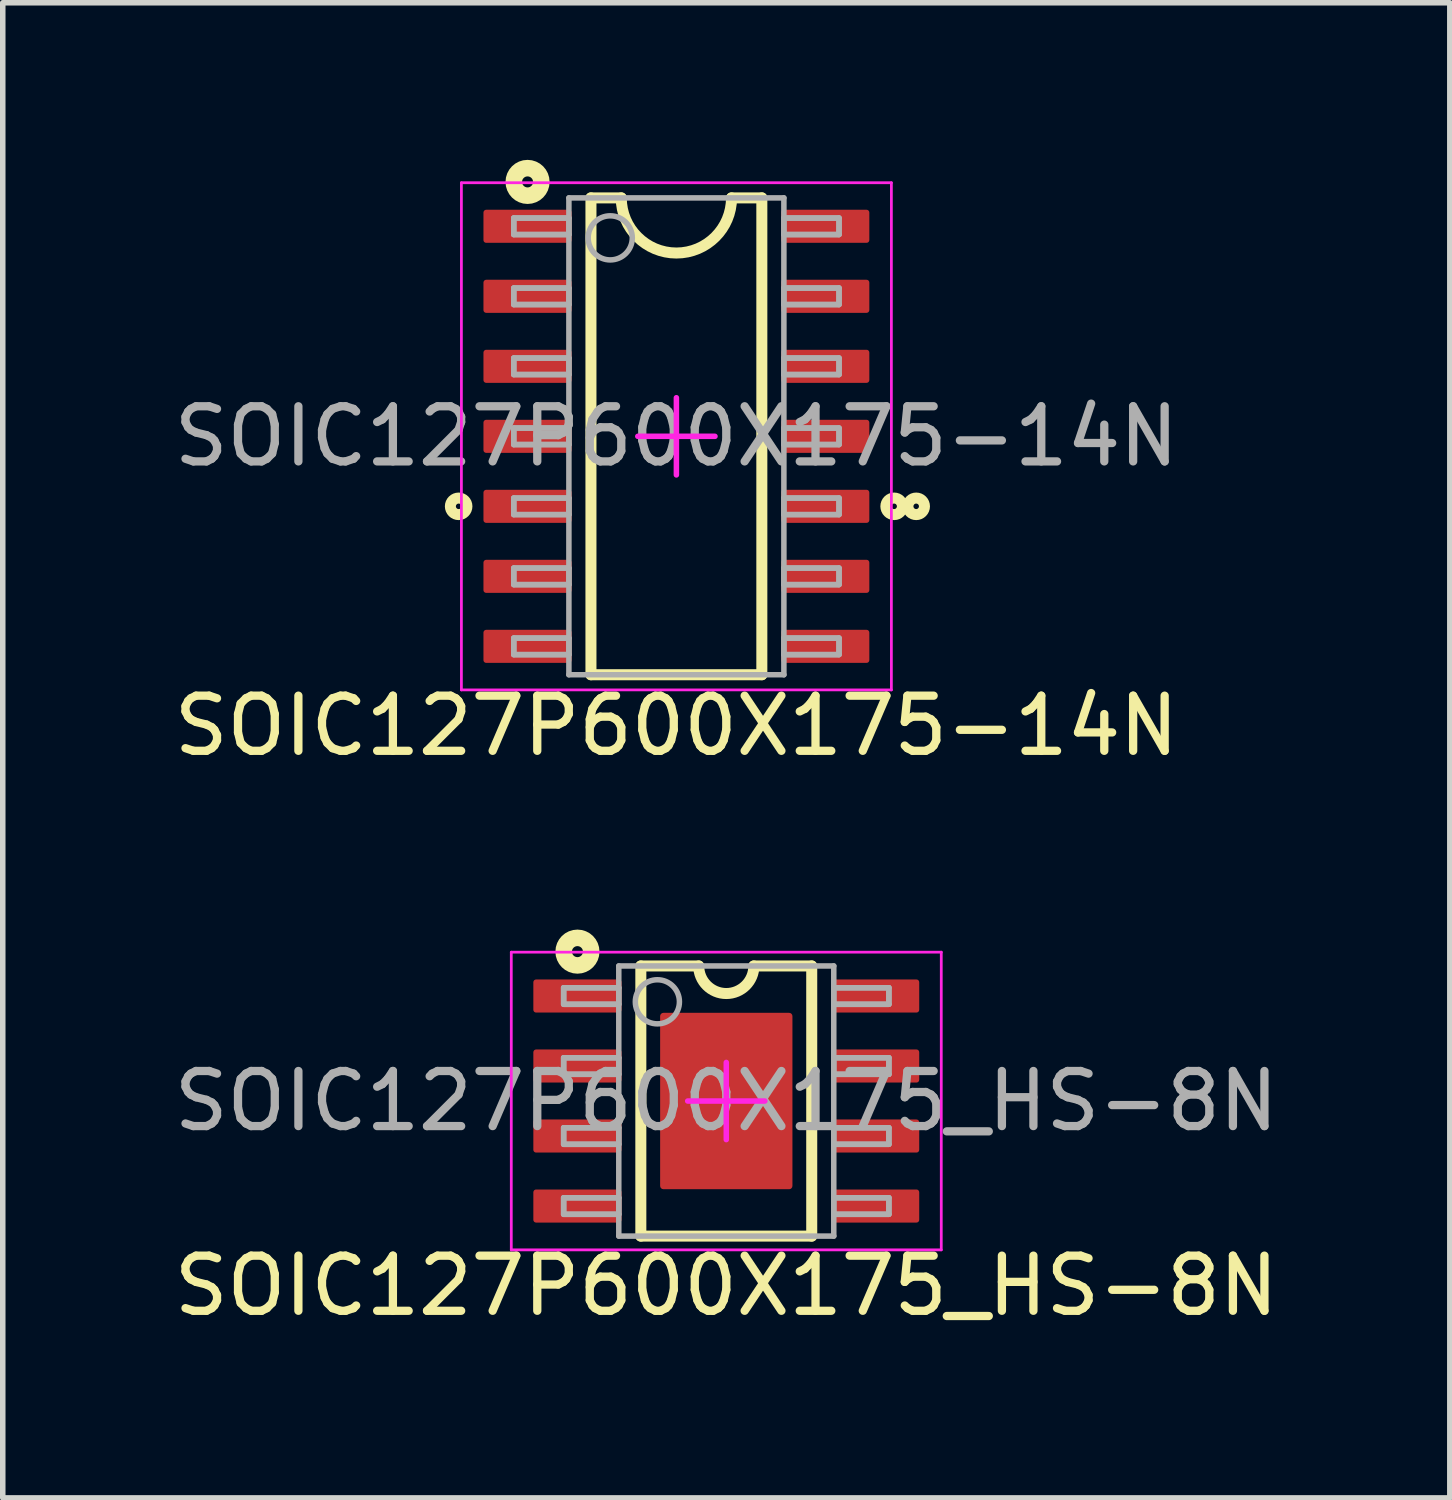
<source format=kicad_pcb>
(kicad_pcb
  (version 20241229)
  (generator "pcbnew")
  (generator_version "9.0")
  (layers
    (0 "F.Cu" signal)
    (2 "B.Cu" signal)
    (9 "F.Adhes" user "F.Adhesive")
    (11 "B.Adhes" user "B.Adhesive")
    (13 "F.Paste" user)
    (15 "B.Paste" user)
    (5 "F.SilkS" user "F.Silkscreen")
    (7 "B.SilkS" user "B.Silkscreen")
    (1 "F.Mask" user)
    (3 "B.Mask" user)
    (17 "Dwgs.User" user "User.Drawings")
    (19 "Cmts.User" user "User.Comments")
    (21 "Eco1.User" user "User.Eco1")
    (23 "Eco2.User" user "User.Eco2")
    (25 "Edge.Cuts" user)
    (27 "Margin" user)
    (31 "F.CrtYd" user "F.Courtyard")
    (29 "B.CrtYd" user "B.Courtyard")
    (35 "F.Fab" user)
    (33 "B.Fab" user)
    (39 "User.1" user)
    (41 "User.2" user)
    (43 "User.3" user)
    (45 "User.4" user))
  (footprint "SOIC127P600X175-14N"
    (layer "F.Cu")
    (at 9.22 4.865)
    (property "Reference" "SOIC127P600X175-14N" (at 0 5.25 0) (layer "F.SilkS") (effects (font (size 1 1) (thickness 0.15))))
    (attr smd)
    (fp_line (start -1.55 -4.325) (end -1.55 4.325) (stroke (width 0.2) (type solid)) (layer "F.SilkS"))
    (fp_line (start -1.55 4.325) (end 1.55 4.325) (stroke (width 0.2) (type solid)) (layer "F.SilkS"))
    (fp_line (start -1 -4.325) (end -1.55 -4.325) (stroke (width 0.2) (type solid)) (layer "F.SilkS"))
    (fp_line (start 1.55 -4.325) (end 1 -4.325) (stroke (width 0.2) (type solid)) (layer "F.SilkS"))
    (fp_line (start 1.55 4.325) (end 1.55 -4.325) (stroke (width 0.2) (type solid)) (layer "F.SilkS"))
    (fp_arc (start 1 -4.325) (mid 0 -3.325) (end -1 -4.325) (stroke (width 0.2) (type solid)) (layer "F.SilkS"))
    (fp_circle (center -3.95 1.27) (end -3.95 1.32) (stroke (width 0.2) (type solid)) (fill no) (layer "F.SilkS"))
    (fp_circle (center -2.7 -4.615) (end -2.7 -4.515) (stroke (width 0.3) (type solid)) (fill no) (layer "F.SilkS"))
    (fp_circle (center 3.95 1.27) (end 3.95 1.22) (stroke (width 0.2) (type solid)) (fill no) (layer "F.SilkS"))
    (fp_circle (center 4.35 1.27) (end 4.35 1.22) (stroke (width 0.2) (type solid)) (fill no) (layer "F.SilkS"))
    (fp_line (start -3.9 -4.6) (end 3.9 -4.6) (stroke (width 0.05) (type solid)) (layer "F.CrtYd"))
    (fp_line (start -3.9 4.6) (end -3.9 -4.6) (stroke (width 0.05) (type solid)) (layer "F.CrtYd"))
    (fp_line (start 0 0.7) (end 0 -0.7) (stroke (width 0.1) (type solid)) (layer "F.CrtYd"))
    (fp_line (start 0.7 0) (end -0.7 0) (stroke (width 0.1) (type solid)) (layer "F.CrtYd"))
    (fp_line (start 3.9 -4.6) (end 3.9 4.6) (stroke (width 0.05) (type solid)) (layer "F.CrtYd"))
    (fp_line (start 3.9 4.6) (end -3.9 4.6) (stroke (width 0.05) (type solid)) (layer "F.CrtYd"))
    (fp_line (start -2.95 -3.96) (end -2.95 -3.66) (stroke (width 0.1) (type solid)) (layer "F.Fab"))
    (fp_line (start -2.95 -3.66) (end -1.95 -3.66) (stroke (width 0.1) (type solid)) (layer "F.Fab"))
    (fp_line (start -2.95 -2.69) (end -2.95 -2.39) (stroke (width 0.1) (type solid)) (layer "F.Fab"))
    (fp_line (start -2.95 -2.39) (end -1.95 -2.39) (stroke (width 0.1) (type solid)) (layer "F.Fab"))
    (fp_line (start -2.95 -1.42) (end -2.95 -1.12) (stroke (width 0.1) (type solid)) (layer "F.Fab"))
    (fp_line (start -2.95 -1.12) (end -1.95 -1.12) (stroke (width 0.1) (type solid)) (layer "F.Fab"))
    (fp_line (start -2.95 -0.15) (end -2.95 0.15) (stroke (width 0.1) (type solid)) (layer "F.Fab"))
    (fp_line (start -2.95 0.15) (end -1.95 0.15) (stroke (width 0.1) (type solid)) (layer "F.Fab"))
    (fp_line (start -2.95 1.12) (end -2.95 1.42) (stroke (width 0.1) (type solid)) (layer "F.Fab"))
    (fp_line (start -2.95 1.42) (end -1.95 1.42) (stroke (width 0.1) (type solid)) (layer "F.Fab"))
    (fp_line (start -2.95 2.39) (end -2.95 2.69) (stroke (width 0.1) (type solid)) (layer "F.Fab"))
    (fp_line (start -2.95 2.69) (end -1.95 2.69) (stroke (width 0.1) (type solid)) (layer "F.Fab"))
    (fp_line (start -2.95 3.66) (end -2.95 3.96) (stroke (width 0.1) (type solid)) (layer "F.Fab"))
    (fp_line (start -2.95 3.96) (end -1.95 3.96) (stroke (width 0.1) (type solid)) (layer "F.Fab"))
    (fp_line (start -1.95 -4.325) (end 1.95 -4.325) (stroke (width 0.1) (type solid)) (layer "F.Fab"))
    (fp_line (start -1.95 -3.96) (end -2.95 -3.96) (stroke (width 0.1) (type solid)) (layer "F.Fab"))
    (fp_line (start -1.95 -2.69) (end -2.95 -2.69) (stroke (width 0.1) (type solid)) (layer "F.Fab"))
    (fp_line (start -1.95 -1.42) (end -2.95 -1.42) (stroke (width 0.1) (type solid)) (layer "F.Fab"))
    (fp_line (start -1.95 -0.15) (end -2.95 -0.15) (stroke (width 0.1) (type solid)) (layer "F.Fab"))
    (fp_line (start -1.95 1.12) (end -2.95 1.12) (stroke (width 0.1) (type solid)) (layer "F.Fab"))
    (fp_line (start -1.95 2.39) (end -2.95 2.39) (stroke (width 0.1) (type solid)) (layer "F.Fab"))
    (fp_line (start -1.95 3.66) (end -2.95 3.66) (stroke (width 0.1) (type solid)) (layer "F.Fab"))
    (fp_line (start -1.95 4.325) (end -1.95 -4.325) (stroke (width 0.1) (type solid)) (layer "F.Fab"))
    (fp_line (start 1.95 -4.325) (end 1.95 4.325) (stroke (width 0.1) (type solid)) (layer "F.Fab"))
    (fp_line (start 1.95 -3.66) (end 2.95 -3.66) (stroke (width 0.1) (type solid)) (layer "F.Fab"))
    (fp_line (start 1.95 -2.39) (end 2.95 -2.39) (stroke (width 0.1) (type solid)) (layer "F.Fab"))
    (fp_line (start 1.95 -1.12) (end 2.95 -1.12) (stroke (width 0.1) (type solid)) (layer "F.Fab"))
    (fp_line (start 1.95 0.15) (end 2.95 0.15) (stroke (width 0.1) (type solid)) (layer "F.Fab"))
    (fp_line (start 1.95 1.42) (end 2.95 1.42) (stroke (width 0.1) (type solid)) (layer "F.Fab"))
    (fp_line (start 1.95 2.69) (end 2.95 2.69) (stroke (width 0.1) (type solid)) (layer "F.Fab"))
    (fp_line (start 1.95 3.96) (end 2.95 3.96) (stroke (width 0.1) (type solid)) (layer "F.Fab"))
    (fp_line (start 1.95 4.325) (end -1.95 4.325) (stroke (width 0.1) (type solid)) (layer "F.Fab"))
    (fp_line (start 2.95 -3.96) (end 1.95 -3.96) (stroke (width 0.1) (type solid)) (layer "F.Fab"))
    (fp_line (start 2.95 -3.66) (end 2.95 -3.96) (stroke (width 0.1) (type solid)) (layer "F.Fab"))
    (fp_line (start 2.95 -2.69) (end 1.95 -2.69) (stroke (width 0.1) (type solid)) (layer "F.Fab"))
    (fp_line (start 2.95 -2.39) (end 2.95 -2.69) (stroke (width 0.1) (type solid)) (layer "F.Fab"))
    (fp_line (start 2.95 -1.42) (end 1.95 -1.42) (stroke (width 0.1) (type solid)) (layer "F.Fab"))
    (fp_line (start 2.95 -1.12) (end 2.95 -1.42) (stroke (width 0.1) (type solid)) (layer "F.Fab"))
    (fp_line (start 2.95 -0.15) (end 1.95 -0.15) (stroke (width 0.1) (type solid)) (layer "F.Fab"))
    (fp_line (start 2.95 0.15) (end 2.95 -0.15) (stroke (width 0.1) (type solid)) (layer "F.Fab"))
    (fp_line (start 2.95 1.12) (end 1.95 1.12) (stroke (width 0.1) (type solid)) (layer "F.Fab"))
    (fp_line (start 2.95 1.42) (end 2.95 1.12) (stroke (width 0.1) (type solid)) (layer "F.Fab"))
    (fp_line (start 2.95 2.39) (end 1.95 2.39) (stroke (width 0.1) (type solid)) (layer "F.Fab"))
    (fp_line (start 2.95 2.69) (end 2.95 2.39) (stroke (width 0.1) (type solid)) (layer "F.Fab"))
    (fp_line (start 2.95 3.66) (end 1.95 3.66) (stroke (width 0.1) (type solid)) (layer "F.Fab"))
    (fp_line (start 2.95 3.96) (end 2.95 3.66) (stroke (width 0.1) (type solid)) (layer "F.Fab"))
    (fp_circle (center -1.2 -3.6) (end -1.2 -3.2) (stroke (width 0.1) (type solid)) (fill no) (layer "F.Fab"))
    (fp_poly (pts (xy -2.95 -3.66) (xy -2.95 -3.96) (xy -1.95 -3.96) (xy -1.95 -3.66)) (stroke (width 0.1) (type solid)) (fill no) (layer "F.Fab"))
    (fp_poly (pts (xy -2.95 -2.39) (xy -2.95 -2.69) (xy -1.95 -2.69) (xy -1.95 -2.39)) (stroke (width 0.1) (type solid)) (fill no) (layer "F.Fab"))
    (fp_poly (pts (xy -2.95 -1.12) (xy -2.95 -1.42) (xy -1.95 -1.42) (xy -1.95 -1.12)) (stroke (width 0.1) (type solid)) (fill no) (layer "F.Fab"))
    (fp_poly (pts (xy -2.95 0.15) (xy -2.95 -0.15) (xy -1.95 -0.15) (xy -1.95 0.15)) (stroke (width 0.1) (type solid)) (fill no) (layer "F.Fab"))
    (fp_poly (pts (xy -2.95 1.42) (xy -2.95 1.12) (xy -1.95 1.12) (xy -1.95 1.42)) (stroke (width 0.1) (type solid)) (fill no) (layer "F.Fab"))
    (fp_poly (pts (xy -2.95 2.69) (xy -2.95 2.39) (xy -1.95 2.39) (xy -1.95 2.69)) (stroke (width 0.1) (type solid)) (fill no) (layer "F.Fab"))
    (fp_poly (pts (xy -2.95 3.96) (xy -2.95 3.66) (xy -1.95 3.66) (xy -1.95 3.96)) (stroke (width 0.1) (type solid)) (fill no) (layer "F.Fab"))
    (fp_poly (pts (xy 2.95 -3.96) (xy 2.95 -3.66) (xy 1.95 -3.66) (xy 1.95 -3.96)) (stroke (width 0.1) (type solid)) (fill no) (layer "F.Fab"))
    (fp_poly (pts (xy 2.95 -2.69) (xy 2.95 -2.39) (xy 1.95 -2.39) (xy 1.95 -2.69)) (stroke (width 0.1) (type solid)) (fill no) (layer "F.Fab"))
    (fp_poly (pts (xy 2.95 -1.42) (xy 2.95 -1.12) (xy 1.95 -1.12) (xy 1.95 -1.42)) (stroke (width 0.1) (type solid)) (fill no) (layer "F.Fab"))
    (fp_poly (pts (xy 2.95 -0.15) (xy 2.95 0.15) (xy 1.95 0.15) (xy 1.95 -0.15)) (stroke (width 0.1) (type solid)) (fill no) (layer "F.Fab"))
    (fp_poly (pts (xy 2.95 1.12) (xy 2.95 1.42) (xy 1.95 1.42) (xy 1.95 1.12)) (stroke (width 0.1) (type solid)) (fill no) (layer "F.Fab"))
    (fp_poly (pts (xy 2.95 2.39) (xy 2.95 2.69) (xy 1.95 2.69) (xy 1.95 2.39)) (stroke (width 0.1) (type solid)) (fill no) (layer "F.Fab"))
    (fp_poly (pts (xy 2.95 3.66) (xy 2.95 3.96) (xy 1.95 3.96) (xy 1.95 3.66)) (stroke (width 0.1) (type solid)) (fill no) (layer "F.Fab"))
    (fp_text user "${REFERENCE}" (at 0 0 0) (layer "F.Fab") (effects (font (size 1 1) (thickness 0.15))))
    (pad "1" smd roundrect (at -2.7 -3.81 270) (size 0.6 1.6) (layers "F.Cu" "F.Mask" "F.Paste") (roundrect_rratio 0.083))
    (pad "2" smd roundrect (at -2.7 -2.54 270) (size 0.6 1.6) (layers "F.Cu" "F.Mask" "F.Paste") (roundrect_rratio 0.083))
    (pad "3" smd roundrect (at -2.7 -1.27 270) (size 0.6 1.6) (layers "F.Cu" "F.Mask" "F.Paste") (roundrect_rratio 0.083))
    (pad "4" smd roundrect (at -2.7 0 270) (size 0.6 1.6) (layers "F.Cu" "F.Mask" "F.Paste") (roundrect_rratio 0.083))
    (pad "5" smd roundrect (at -2.7 1.27 270) (size 0.6 1.6) (layers "F.Cu" "F.Mask" "F.Paste") (roundrect_rratio 0.083))
    (pad "6" smd roundrect (at -2.7 2.54 270) (size 0.6 1.6) (layers "F.Cu" "F.Mask" "F.Paste") (roundrect_rratio 0.083))
    (pad "7" smd roundrect (at -2.7 3.81 270) (size 0.6 1.6) (layers "F.Cu" "F.Mask" "F.Paste") (roundrect_rratio 0.083))
    (pad "8" smd roundrect (at 2.7 3.81 270) (size 0.6 1.6) (layers "F.Cu" "F.Mask" "F.Paste") (roundrect_rratio 0.083))
    (pad "9" smd roundrect (at 2.7 2.54 270) (size 0.6 1.6) (layers "F.Cu" "F.Mask" "F.Paste") (roundrect_rratio 0.083))
    (pad "10" smd roundrect (at 2.7 1.27 270) (size 0.6 1.6) (layers "F.Cu" "F.Mask" "F.Paste") (roundrect_rratio 0.083))
    (pad "11" smd roundrect (at 2.7 0 270) (size 0.6 1.6) (layers "F.Cu" "F.Mask" "F.Paste") (roundrect_rratio 0.083))
    (pad "12" smd roundrect (at 2.7 -1.27 270) (size 0.6 1.6) (layers "F.Cu" "F.Mask" "F.Paste") (roundrect_rratio 0.083))
    (pad "13" smd roundrect (at 2.7 -2.54 270) (size 0.6 1.6) (layers "F.Cu" "F.Mask" "F.Paste") (roundrect_rratio 0.083))
    (pad "14" smd roundrect (at 2.7 -3.81 270) (size 0.6 1.6) (layers "F.Cu" "F.Mask" "F.Paste") (roundrect_rratio 0.083)))
  (footprint "SOIC127P600X175_HS-8N"
    (layer "F.Cu")
    (at 10.125 16.923)
    (property "Reference" "SOIC127P600X175_HS-8N" (at 0 3.35 0) (layer "F.SilkS") (effects (font (size 1 1) (thickness 0.15))))
    (attr smd)
    (fp_line (start -1.55 -2.45) (end -1.55 2.45) (stroke (width 0.2) (type solid)) (layer "F.SilkS"))
    (fp_line (start -1.55 2.45) (end 1.55 2.45) (stroke (width 0.2) (type solid)) (layer "F.SilkS"))
    (fp_line (start -0.5 -2.45) (end -1.55 -2.45) (stroke (width 0.2) (type solid)) (layer "F.SilkS"))
    (fp_line (start 1.55 -2.45) (end 0.5 -2.45) (stroke (width 0.2) (type solid)) (layer "F.SilkS"))
    (fp_line (start 1.55 2.45) (end 1.55 -2.45) (stroke (width 0.2) (type solid)) (layer "F.SilkS"))
    (fp_arc (start 0.5 -2.45) (mid 0 -1.95) (end -0.5 -2.45) (stroke (width 0.2) (type solid)) (layer "F.SilkS"))
    (fp_circle (center -2.7 -2.71) (end -2.7 -2.61) (stroke (width 0.3) (type solid)) (fill no) (layer "F.SilkS"))
    (fp_poly (pts (xy -0.95 1.35) (xy -0.95 0.2) (xy -0.2 0.2) (xy -0.2 1.35)) (stroke (width 0.15) (type solid)) (fill yes) (layer "F.Paste"))
    (fp_poly (pts (xy -0.2 -1.35) (xy -0.2 -0.2) (xy -0.95 -0.2) (xy -0.95 -1.35)) (stroke (width 0.15) (type solid)) (fill yes) (layer "F.Paste"))
    (fp_poly (pts (xy 0.95 -1.35) (xy 0.95 -0.2) (xy 0.2 -0.2) (xy 0.2 -1.35)) (stroke (width 0.15) (type solid)) (fill yes) (layer "F.Paste"))
    (fp_poly (pts (xy 0.95 0.2) (xy 0.95 1.35) (xy 0.2 1.35) (xy 0.2 0.2)) (stroke (width 0.15) (type solid)) (fill yes) (layer "F.Paste"))
    (fp_line (start -3.9 -2.7) (end 3.9 -2.7) (stroke (width 0.05) (type solid)) (layer "F.CrtYd"))
    (fp_line (start -3.9 2.7) (end -3.9 -2.7) (stroke (width 0.05) (type solid)) (layer "F.CrtYd"))
    (fp_line (start 0 0.7) (end 0 -0.7) (stroke (width 0.1) (type solid)) (layer "F.CrtYd"))
    (fp_line (start 0.7 0) (end -0.7 0) (stroke (width 0.1) (type solid)) (layer "F.CrtYd"))
    (fp_line (start 3.9 -2.7) (end 3.9 2.7) (stroke (width 0.05) (type solid)) (layer "F.CrtYd"))
    (fp_line (start 3.9 2.7) (end -3.9 2.7) (stroke (width 0.05) (type solid)) (layer "F.CrtYd"))
    (fp_line (start -2.95 -2.055) (end -2.95 -1.755) (stroke (width 0.1) (type solid)) (layer "F.Fab"))
    (fp_line (start -2.95 -1.755) (end -1.95 -1.755) (stroke (width 0.1) (type solid)) (layer "F.Fab"))
    (fp_line (start -2.95 -0.785) (end -2.95 -0.485) (stroke (width 0.1) (type solid)) (layer "F.Fab"))
    (fp_line (start -2.95 -0.485) (end -1.95 -0.485) (stroke (width 0.1) (type solid)) (layer "F.Fab"))
    (fp_line (start -2.95 0.485) (end -2.95 0.785) (stroke (width 0.1) (type solid)) (layer "F.Fab"))
    (fp_line (start -2.95 0.785) (end -1.95 0.785) (stroke (width 0.1) (type solid)) (layer "F.Fab"))
    (fp_line (start -2.95 1.755) (end -2.95 2.055) (stroke (width 0.1) (type solid)) (layer "F.Fab"))
    (fp_line (start -2.95 2.055) (end -1.95 2.055) (stroke (width 0.1) (type solid)) (layer "F.Fab"))
    (fp_line (start -1.95 -2.45) (end 1.95 -2.45) (stroke (width 0.1) (type solid)) (layer "F.Fab"))
    (fp_line (start -1.95 -2.055) (end -2.95 -2.055) (stroke (width 0.1) (type solid)) (layer "F.Fab"))
    (fp_line (start -1.95 -0.785) (end -2.95 -0.785) (stroke (width 0.1) (type solid)) (layer "F.Fab"))
    (fp_line (start -1.95 0.485) (end -2.95 0.485) (stroke (width 0.1) (type solid)) (layer "F.Fab"))
    (fp_line (start -1.95 1.755) (end -2.95 1.755) (stroke (width 0.1) (type solid)) (layer "F.Fab"))
    (fp_line (start -1.95 2.45) (end -1.95 -2.45) (stroke (width 0.1) (type solid)) (layer "F.Fab"))
    (fp_line (start 1.95 -2.45) (end 1.95 2.45) (stroke (width 0.1) (type solid)) (layer "F.Fab"))
    (fp_line (start 1.95 -1.755) (end 2.95 -1.755) (stroke (width 0.1) (type solid)) (layer "F.Fab"))
    (fp_line (start 1.95 -0.485) (end 2.95 -0.485) (stroke (width 0.1) (type solid)) (layer "F.Fab"))
    (fp_line (start 1.95 0.785) (end 2.95 0.785) (stroke (width 0.1) (type solid)) (layer "F.Fab"))
    (fp_line (start 1.95 2.055) (end 2.95 2.055) (stroke (width 0.1) (type solid)) (layer "F.Fab"))
    (fp_line (start 1.95 2.45) (end -1.95 2.45) (stroke (width 0.1) (type solid)) (layer "F.Fab"))
    (fp_line (start 2.95 -2.055) (end 1.95 -2.055) (stroke (width 0.1) (type solid)) (layer "F.Fab"))
    (fp_line (start 2.95 -1.755) (end 2.95 -2.055) (stroke (width 0.1) (type solid)) (layer "F.Fab"))
    (fp_line (start 2.95 -0.785) (end 1.95 -0.785) (stroke (width 0.1) (type solid)) (layer "F.Fab"))
    (fp_line (start 2.95 -0.485) (end 2.95 -0.785) (stroke (width 0.1) (type solid)) (layer "F.Fab"))
    (fp_line (start 2.95 0.485) (end 1.95 0.485) (stroke (width 0.1) (type solid)) (layer "F.Fab"))
    (fp_line (start 2.95 0.785) (end 2.95 0.485) (stroke (width 0.1) (type solid)) (layer "F.Fab"))
    (fp_line (start 2.95 1.755) (end 1.95 1.755) (stroke (width 0.1) (type solid)) (layer "F.Fab"))
    (fp_line (start 2.95 2.055) (end 2.95 1.755) (stroke (width 0.1) (type solid)) (layer "F.Fab"))
    (fp_circle (center -1.25 -1.8) (end -1.25 -1.4) (stroke (width 0.1) (type solid)) (fill no) (layer "F.Fab"))
    (fp_poly (pts (xy -2.95 -1.755) (xy -2.95 -2.055) (xy -1.95 -2.055) (xy -1.95 -1.755)) (stroke (width 0.1) (type solid)) (fill no) (layer "F.Fab"))
    (fp_poly (pts (xy -2.95 -0.485) (xy -2.95 -0.785) (xy -1.95 -0.785) (xy -1.95 -0.485)) (stroke (width 0.1) (type solid)) (fill no) (layer "F.Fab"))
    (fp_poly (pts (xy -2.95 0.785) (xy -2.95 0.485) (xy -1.95 0.485) (xy -1.95 0.785)) (stroke (width 0.1) (type solid)) (fill no) (layer "F.Fab"))
    (fp_poly (pts (xy -2.95 2.055) (xy -2.95 1.755) (xy -1.95 1.755) (xy -1.95 2.055)) (stroke (width 0.1) (type solid)) (fill no) (layer "F.Fab"))
    (fp_poly (pts (xy 2.95 -2.055) (xy 2.95 -1.755) (xy 1.95 -1.755) (xy 1.95 -2.055)) (stroke (width 0.1) (type solid)) (fill no) (layer "F.Fab"))
    (fp_poly (pts (xy 2.95 -0.785) (xy 2.95 -0.485) (xy 1.95 -0.485) (xy 1.95 -0.785)) (stroke (width 0.1) (type solid)) (fill no) (layer "F.Fab"))
    (fp_poly (pts (xy 2.95 0.485) (xy 2.95 0.785) (xy 1.95 0.785) (xy 1.95 0.485)) (stroke (width 0.1) (type solid)) (fill no) (layer "F.Fab"))
    (fp_poly (pts (xy 2.95 1.755) (xy 2.95 2.055) (xy 1.95 2.055) (xy 1.95 1.755)) (stroke (width 0.1) (type solid)) (fill no) (layer "F.Fab"))
    (fp_text user "${REFERENCE}" (at 0 0 0) (layer "F.Fab") (effects (font (size 1 1) (thickness 0.15))))
    (pad "1" smd roundrect (at -2.7 -1.905 270) (size 0.6 1.6) (layers "F.Cu" "F.Mask" "F.Paste") (roundrect_rratio 0.083))
    (pad "2" smd roundrect (at -2.7 -0.635 270) (size 0.6 1.6) (layers "F.Cu" "F.Mask" "F.Paste") (roundrect_rratio 0.083))
    (pad "3" smd roundrect (at -2.7 0.635 270) (size 0.6 1.6) (layers "F.Cu" "F.Mask" "F.Paste") (roundrect_rratio 0.083))
    (pad "4" smd roundrect (at -2.7 1.905 270) (size 0.6 1.6) (layers "F.Cu" "F.Mask" "F.Paste") (roundrect_rratio 0.083))
    (pad "5" smd roundrect (at 2.7 1.905 270) (size 0.6 1.6) (layers "F.Cu" "F.Mask" "F.Paste") (roundrect_rratio 0.083))
    (pad "6" smd roundrect (at 2.7 0.635 270) (size 0.6 1.6) (layers "F.Cu" "F.Mask" "F.Paste") (roundrect_rratio 0.083))
    (pad "7" smd roundrect (at 2.7 -0.635 270) (size 0.6 1.6) (layers "F.Cu" "F.Mask" "F.Paste") (roundrect_rratio 0.083))
    (pad "8" smd roundrect (at 2.7 -1.905 270) (size 0.6 1.6) (layers "F.Cu" "F.Mask" "F.Paste") (roundrect_rratio 0.083))
    (pad "TP" smd roundrect (at 0 0 90) (size 3.2 2.4) (layers "F.Cu" "F.Mask" "F.Paste") (roundrect_rratio 0.025)))
  (gr_rect
    (start -3 -3)
    (end 23.25 24.122)
    (stroke (width 0.1) (type default))
    (fill no)
    (layer "Edge.Cuts")))
</source>
